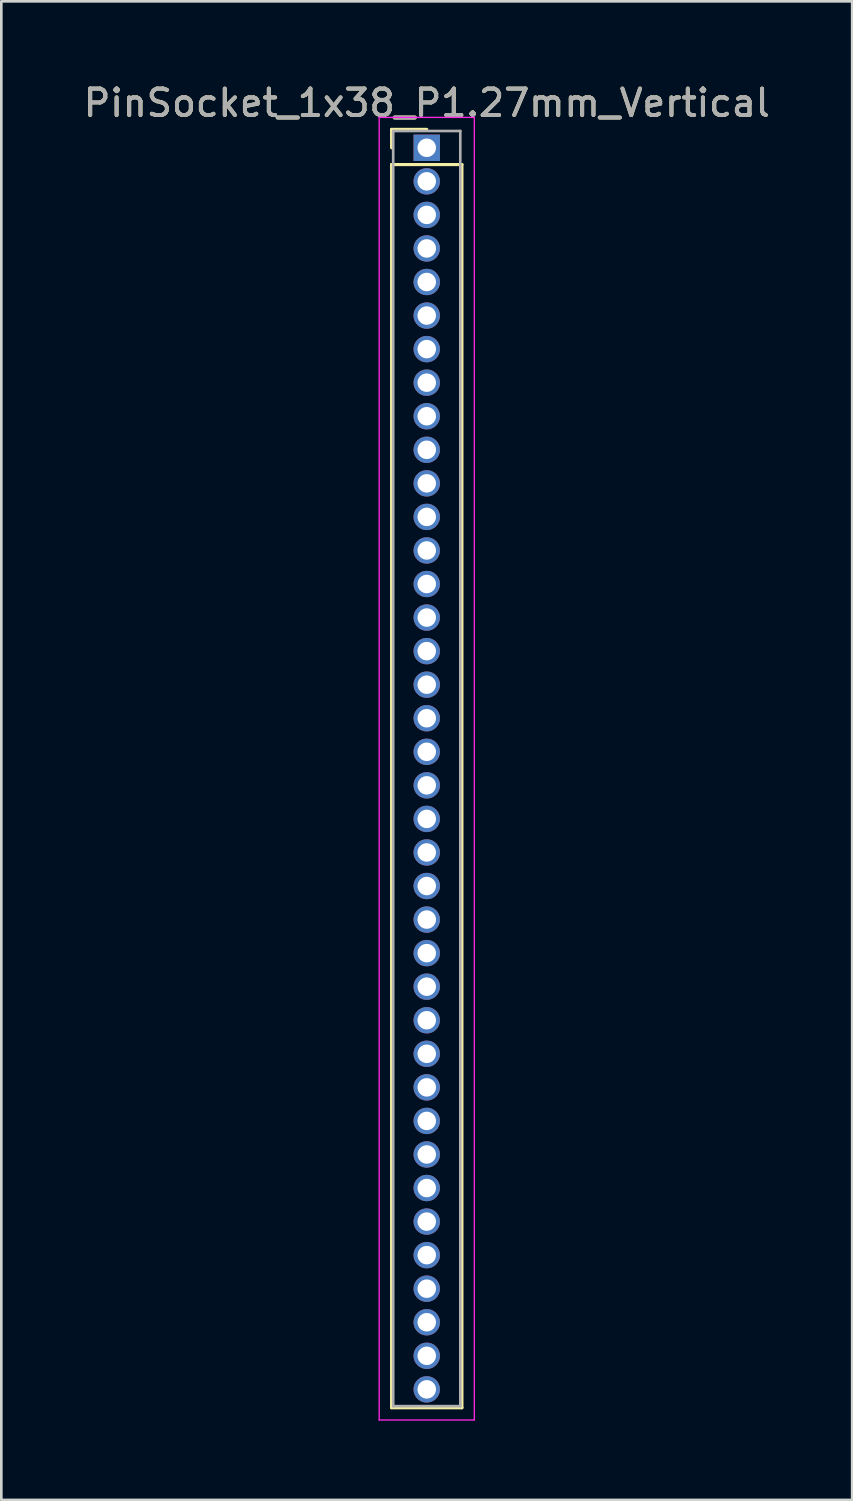
<source format=kicad_pcb>
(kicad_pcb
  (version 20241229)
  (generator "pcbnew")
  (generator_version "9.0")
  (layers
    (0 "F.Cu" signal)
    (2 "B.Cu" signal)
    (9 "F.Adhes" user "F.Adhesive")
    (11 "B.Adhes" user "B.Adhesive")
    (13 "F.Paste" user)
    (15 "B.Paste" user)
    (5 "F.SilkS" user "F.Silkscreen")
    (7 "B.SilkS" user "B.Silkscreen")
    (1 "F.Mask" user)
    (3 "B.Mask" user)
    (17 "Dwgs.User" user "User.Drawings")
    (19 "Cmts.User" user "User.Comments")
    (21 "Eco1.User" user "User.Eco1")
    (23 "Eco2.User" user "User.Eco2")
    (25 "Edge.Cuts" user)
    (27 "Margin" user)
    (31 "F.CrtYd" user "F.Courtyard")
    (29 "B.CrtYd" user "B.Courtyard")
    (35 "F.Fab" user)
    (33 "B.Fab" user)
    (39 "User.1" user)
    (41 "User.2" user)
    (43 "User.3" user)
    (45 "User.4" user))
  (footprint "PinSocket_1x38_P1.27mm_Vertical"
    (layer "F.Cu")
    (at 13.101 2.543)
    (property "Reference" "PinSocket_1x38_P1.27mm_Vertical" (at 0 -1.695 0) (layer "F.SilkS") (effects (font (size 1 1) (thickness 0.15))))
    (attr through_hole)
    (fp_line (start -1.33 -0.695) (end 0 -0.695) (stroke (width 0.12) (type solid)) (layer "F.SilkS"))
    (fp_line (start -1.33 0) (end -1.33 -0.695) (stroke (width 0.12) (type solid)) (layer "F.SilkS"))
    (fp_line (start -1.33 0.635) (end -1.33 47.685) (stroke (width 0.12) (type solid)) (layer "F.SilkS"))
    (fp_line (start -1.33 47.685) (end 1.33 47.685) (stroke (width 0.12) (type solid)) (layer "F.SilkS"))
    (fp_line (start 1.33 0.635) (end -1.33 0.635) (stroke (width 0.12) (type solid)) (layer "F.SilkS"))
    (fp_line (start 1.33 47.685) (end 1.33 0.635) (stroke (width 0.12) (type solid)) (layer "F.SilkS"))
    (fp_line (start -1.8 -1.15) (end -1.8 48.15) (stroke (width 0.05) (type solid)) (layer "F.CrtYd"))
    (fp_line (start -1.8 48.15) (end 1.8 48.15) (stroke (width 0.05) (type solid)) (layer "F.CrtYd"))
    (fp_line (start 1.8 -1.15) (end -1.8 -1.15) (stroke (width 0.05) (type solid)) (layer "F.CrtYd"))
    (fp_line (start 1.8 48.15) (end 1.8 -1.15) (stroke (width 0.05) (type solid)) (layer "F.CrtYd"))
    (fp_line (start -1.27 -0.635) (end -1.27 47.625) (stroke (width 0.1) (type solid)) (layer "F.Fab"))
    (fp_line (start -1.27 47.625) (end 1.27 47.625) (stroke (width 0.1) (type solid)) (layer "F.Fab"))
    (fp_line (start 1.27 -0.635) (end -1.27 -0.635) (stroke (width 0.1) (type solid)) (layer "F.Fab"))
    (fp_line (start 1.27 47.625) (end 1.27 -0.635) (stroke (width 0.1) (type solid)) (layer "F.Fab"))
    (fp_text user "${REFERENCE}" (at 0 -1.695 0) (layer "F.Fab") (effects (font (size 1 1) (thickness 0.15))))
    (pad "1" thru_hole rect (at 0 0) (size 1 1) (drill 0.7) (layers "*.Cu" "*.Mask"))
    (pad "2" thru_hole oval (at 0 1.27) (size 1 1) (drill 0.7) (layers "*.Cu" "*.Mask"))
    (pad "3" thru_hole oval (at 0 2.54) (size 1 1) (drill 0.7) (layers "*.Cu" "*.Mask"))
    (pad "4" thru_hole oval (at 0 3.81) (size 1 1) (drill 0.7) (layers "*.Cu" "*.Mask"))
    (pad "5" thru_hole oval (at 0 5.08) (size 1 1) (drill 0.7) (layers "*.Cu" "*.Mask"))
    (pad "6" thru_hole oval (at 0 6.35) (size 1 1) (drill 0.7) (layers "*.Cu" "*.Mask"))
    (pad "7" thru_hole oval (at 0 7.62) (size 1 1) (drill 0.7) (layers "*.Cu" "*.Mask"))
    (pad "8" thru_hole oval (at 0 8.89) (size 1 1) (drill 0.7) (layers "*.Cu" "*.Mask"))
    (pad "9" thru_hole oval (at 0 10.16) (size 1 1) (drill 0.7) (layers "*.Cu" "*.Mask"))
    (pad "10" thru_hole oval (at 0 11.43) (size 1 1) (drill 0.7) (layers "*.Cu" "*.Mask"))
    (pad "11" thru_hole oval (at 0 12.7) (size 1 1) (drill 0.7) (layers "*.Cu" "*.Mask"))
    (pad "12" thru_hole oval (at 0 13.97) (size 1 1) (drill 0.7) (layers "*.Cu" "*.Mask"))
    (pad "13" thru_hole oval (at 0 15.24) (size 1 1) (drill 0.7) (layers "*.Cu" "*.Mask"))
    (pad "14" thru_hole oval (at 0 16.51) (size 1 1) (drill 0.7) (layers "*.Cu" "*.Mask"))
    (pad "15" thru_hole oval (at 0 17.78) (size 1 1) (drill 0.7) (layers "*.Cu" "*.Mask"))
    (pad "16" thru_hole oval (at 0 19.05) (size 1 1) (drill 0.7) (layers "*.Cu" "*.Mask"))
    (pad "17" thru_hole oval (at 0 20.32) (size 1 1) (drill 0.7) (layers "*.Cu" "*.Mask"))
    (pad "18" thru_hole oval (at 0 21.59) (size 1 1) (drill 0.7) (layers "*.Cu" "*.Mask"))
    (pad "19" thru_hole oval (at 0 22.86) (size 1 1) (drill 0.7) (layers "*.Cu" "*.Mask"))
    (pad "20" thru_hole oval (at 0 24.13) (size 1 1) (drill 0.7) (layers "*.Cu" "*.Mask"))
    (pad "21" thru_hole oval (at 0 25.4) (size 1 1) (drill 0.7) (layers "*.Cu" "*.Mask"))
    (pad "22" thru_hole oval (at 0 26.67) (size 1 1) (drill 0.7) (layers "*.Cu" "*.Mask"))
    (pad "23" thru_hole oval (at 0 27.94) (size 1 1) (drill 0.7) (layers "*.Cu" "*.Mask"))
    (pad "24" thru_hole oval (at 0 29.21) (size 1 1) (drill 0.7) (layers "*.Cu" "*.Mask"))
    (pad "25" thru_hole oval (at 0 30.48) (size 1 1) (drill 0.7) (layers "*.Cu" "*.Mask"))
    (pad "26" thru_hole oval (at 0 31.75) (size 1 1) (drill 0.7) (layers "*.Cu" "*.Mask"))
    (pad "27" thru_hole oval (at 0 33.02) (size 1 1) (drill 0.7) (layers "*.Cu" "*.Mask"))
    (pad "28" thru_hole oval (at 0 34.29) (size 1 1) (drill 0.7) (layers "*.Cu" "*.Mask"))
    (pad "29" thru_hole oval (at 0 35.56) (size 1 1) (drill 0.7) (layers "*.Cu" "*.Mask"))
    (pad "30" thru_hole oval (at 0 36.83) (size 1 1) (drill 0.7) (layers "*.Cu" "*.Mask"))
    (pad "31" thru_hole oval (at 0 38.1) (size 1 1) (drill 0.7) (layers "*.Cu" "*.Mask"))
    (pad "32" thru_hole oval (at 0 39.37) (size 1 1) (drill 0.7) (layers "*.Cu" "*.Mask"))
    (pad "33" thru_hole oval (at 0 40.64) (size 1 1) (drill 0.7) (layers "*.Cu" "*.Mask"))
    (pad "34" thru_hole oval (at 0 41.91) (size 1 1) (drill 0.7) (layers "*.Cu" "*.Mask"))
    (pad "35" thru_hole oval (at 0 43.18) (size 1 1) (drill 0.7) (layers "*.Cu" "*.Mask"))
    (pad "36" thru_hole oval (at 0 44.45) (size 1 1) (drill 0.7) (layers "*.Cu" "*.Mask"))
    (pad "37" thru_hole oval (at 0 45.72) (size 1 1) (drill 0.7) (layers "*.Cu" "*.Mask"))
    (pad "38" thru_hole oval (at 0 46.99) (size 1 1) (drill 0.7) (layers "*.Cu" "*.Mask")))
  (gr_rect
    (start -3 -3)
    (end 29.202 53.718)
    (stroke (width 0.1) (type default))
    (fill no)
    (layer "Edge.Cuts")))
</source>
